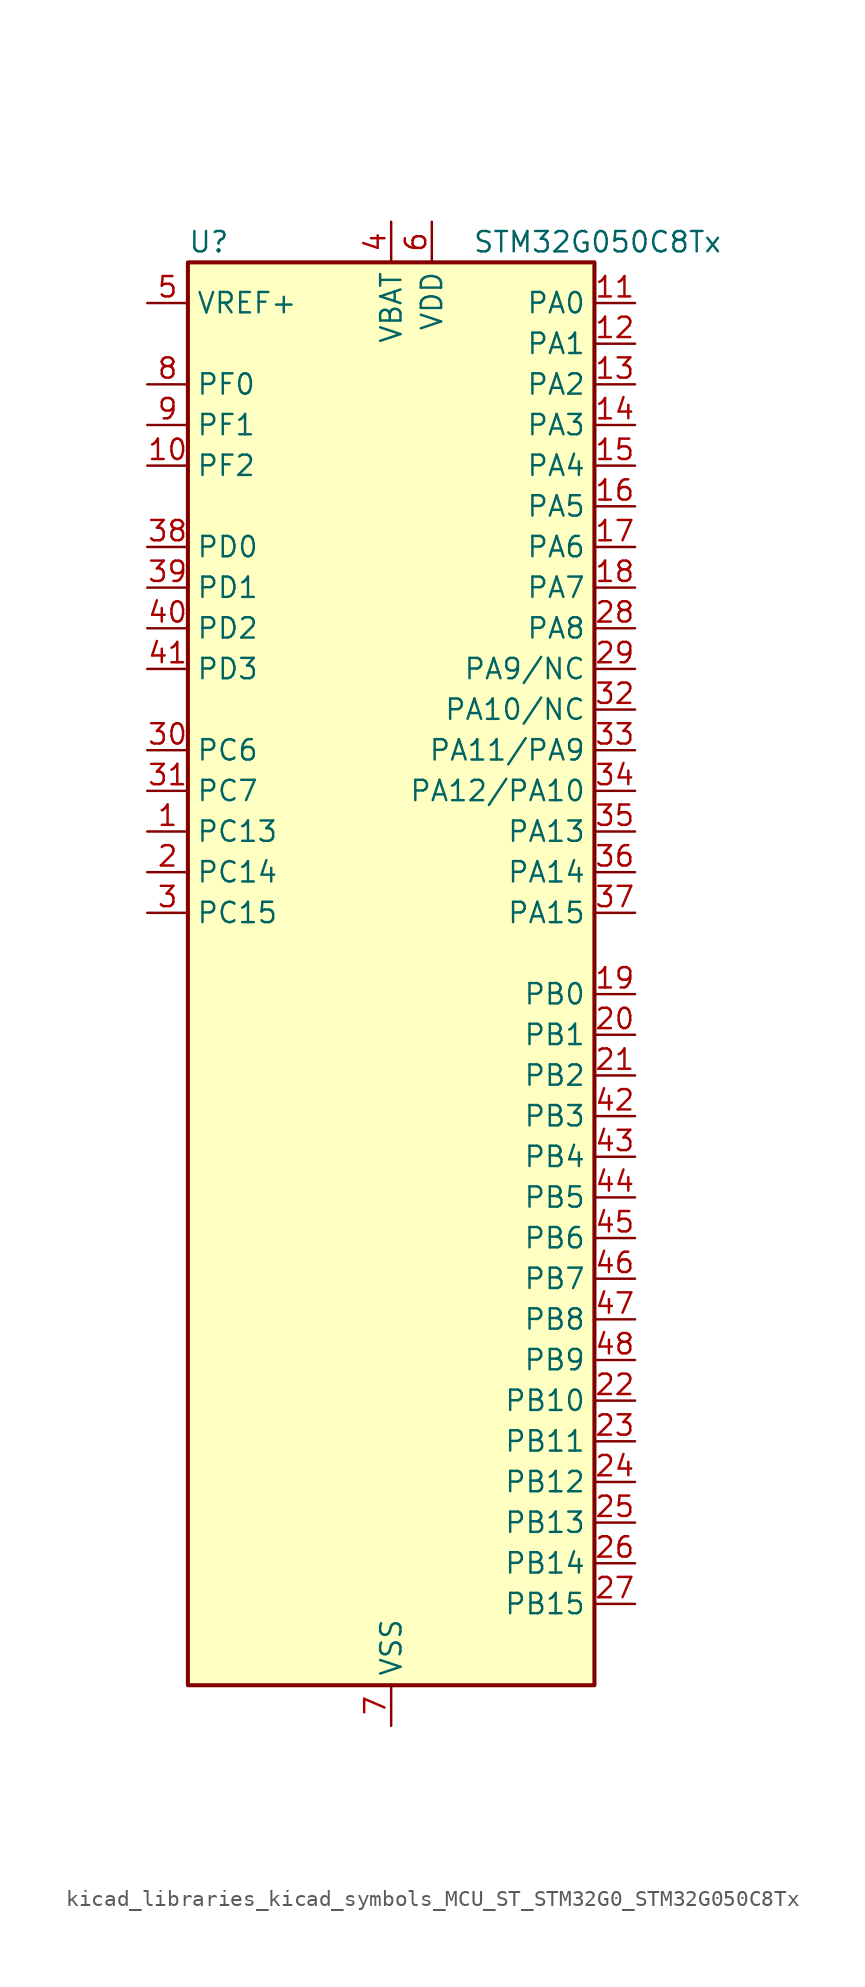
<source format=kicad_sym>
(kicad_symbol_lib
  (version 20220914)
  (generator kicad_symbol_editor)
  (symbol "kicad_libraries_kicad_symbols_MCU_ST_STM32G0_STM32G050C8Tx"
    (property "Reference" "U"
      (at -12.7 46.99 0)
      (effects (font (size 1.27 1.27)) (justify left)))
    (property "Value" "STM32G050C8Tx"
      (at 5.08 46.99 0)
      (effects (font (size 1.27 1.27)) (justify left)))
    (property "ki_locked" ""
      (at 0 0 0)
      (effects (font (size 1.27 1.27))))
    (symbol "kicad_libraries_kicad_symbols_MCU_ST_STM32G0_STM32G050C8Tx_0_1"
      (rectangle (start -12.7 -43.18) (end 12.7 45.72) (stroke (width 0.254) (type default)) (fill (type background))))
    (symbol "kicad_libraries_kicad_symbols_MCU_ST_STM32G0_STM32G050C8Tx_1_1"
      (pin bidirectional line (at -15.24 10.16 0) (length 2.54) (name "PC13" (effects (font (size 1.27 1.27)))) (number "1" (effects (font (size 1.27 1.27)))) (alternate "RTC_OUT1" bidirectional line) (alternate "RTC_TAMP_IN1" bidirectional line) (alternate "RTC_TS" bidirectional line) (alternate "SYS_WKUP2" bidirectional line) (alternate "TIM1_BK" bidirectional line))
      (pin bidirectional line (at -15.24 33.02 0) (length 2.54) (name "PF2" (effects (font (size 1.27 1.27)))) (number "10" (effects (font (size 1.27 1.27)))) (alternate "RCC_MCO" bidirectional line))
      (pin bidirectional line (at 15.24 43.18 180) (length 2.54) (name "PA0" (effects (font (size 1.27 1.27)))) (number "11" (effects (font (size 1.27 1.27)))) (alternate "ADC1_IN0" bidirectional line) (alternate "RTC_TAMP_IN2" bidirectional line) (alternate "SPI2_SCK" bidirectional line) (alternate "SYS_WKUP1" bidirectional line) (alternate "USART2_CTS" bidirectional line) (alternate "USART2_NSS" bidirectional line))
      (pin bidirectional line (at 15.24 40.64 180) (length 2.54) (name "PA1" (effects (font (size 1.27 1.27)))) (number "12" (effects (font (size 1.27 1.27)))) (alternate "ADC1_IN1" bidirectional line) (alternate "I2C1_SMBA" bidirectional line) (alternate "I2S1_CK" bidirectional line) (alternate "SPI1_SCK" bidirectional line) (alternate "TIM15_CH1N" bidirectional line) (alternate "USART2_CK" bidirectional line) (alternate "USART2_DE" bidirectional line) (alternate "USART2_RTS" bidirectional line))
      (pin bidirectional line (at 15.24 38.1 180) (length 2.54) (name "PA2" (effects (font (size 1.27 1.27)))) (number "13" (effects (font (size 1.27 1.27)))) (alternate "ADC1_IN2" bidirectional line) (alternate "I2S1_SD" bidirectional line) (alternate "RCC_LSCO" bidirectional line) (alternate "SPI1_MOSI" bidirectional line) (alternate "SYS_WKUP4" bidirectional line) (alternate "TIM15_CH1" bidirectional line) (alternate "USART2_TX" bidirectional line))
      (pin bidirectional line (at 15.24 35.56 180) (length 2.54) (name "PA3" (effects (font (size 1.27 1.27)))) (number "14" (effects (font (size 1.27 1.27)))) (alternate "ADC1_IN3" bidirectional line) (alternate "SPI2_MISO" bidirectional line) (alternate "TIM15_CH2" bidirectional line) (alternate "USART2_RX" bidirectional line))
      (pin bidirectional line (at 15.24 33.02 180) (length 2.54) (name "PA4" (effects (font (size 1.27 1.27)))) (number "15" (effects (font (size 1.27 1.27)))) (alternate "ADC1_IN4" bidirectional line) (alternate "I2S1_WS" bidirectional line) (alternate "RTC_OUT2" bidirectional line) (alternate "SPI1_NSS" bidirectional line) (alternate "SPI2_MOSI" bidirectional line) (alternate "TIM14_CH1" bidirectional line))
      (pin bidirectional line (at 15.24 30.48 180) (length 2.54) (name "PA5" (effects (font (size 1.27 1.27)))) (number "16" (effects (font (size 1.27 1.27)))) (alternate "ADC1_IN5" bidirectional line) (alternate "I2S1_CK" bidirectional line) (alternate "SPI1_SCK" bidirectional line))
      (pin bidirectional line (at 15.24 27.94 180) (length 2.54) (name "PA6" (effects (font (size 1.27 1.27)))) (number "17" (effects (font (size 1.27 1.27)))) (alternate "ADC1_IN6" bidirectional line) (alternate "I2S1_MCK" bidirectional line) (alternate "SPI1_MISO" bidirectional line) (alternate "TIM16_CH1" bidirectional line) (alternate "TIM1_BK" bidirectional line) (alternate "TIM3_CH1" bidirectional line))
      (pin bidirectional line (at 15.24 25.4 180) (length 2.54) (name "PA7" (effects (font (size 1.27 1.27)))) (number "18" (effects (font (size 1.27 1.27)))) (alternate "ADC1_IN7" bidirectional line) (alternate "I2S1_SD" bidirectional line) (alternate "SPI1_MOSI" bidirectional line) (alternate "TIM14_CH1" bidirectional line) (alternate "TIM17_CH1" bidirectional line) (alternate "TIM1_CH1N" bidirectional line) (alternate "TIM3_CH2" bidirectional line))
      (pin bidirectional line (at 15.24 0 180) (length 2.54) (name "PB0" (effects (font (size 1.27 1.27)))) (number "19" (effects (font (size 1.27 1.27)))) (alternate "ADC1_IN8" bidirectional line) (alternate "I2S1_WS" bidirectional line) (alternate "SPI1_NSS" bidirectional line) (alternate "TIM1_CH2N" bidirectional line) (alternate "TIM3_CH3" bidirectional line))
      (pin bidirectional line (at -15.24 7.62 0) (length 2.54) (name "PC14" (effects (font (size 1.27 1.27)))) (number "2" (effects (font (size 1.27 1.27)))) (alternate "RCC_OSC32_IN" bidirectional line) (alternate "TIM1_BK2" bidirectional line))
      (pin bidirectional line (at 15.24 -2.54 180) (length 2.54) (name "PB1" (effects (font (size 1.27 1.27)))) (number "20" (effects (font (size 1.27 1.27)))) (alternate "ADC1_IN9" bidirectional line) (alternate "TIM14_CH1" bidirectional line) (alternate "TIM1_CH3N" bidirectional line) (alternate "TIM3_CH4" bidirectional line))
      (pin bidirectional line (at 15.24 -5.08 180) (length 2.54) (name "PB2" (effects (font (size 1.27 1.27)))) (number "21" (effects (font (size 1.27 1.27)))) (alternate "ADC1_IN10" bidirectional line) (alternate "SPI2_MISO" bidirectional line))
      (pin bidirectional line (at 15.24 -25.4 180) (length 2.54) (name "PB10" (effects (font (size 1.27 1.27)))) (number "22" (effects (font (size 1.27 1.27)))) (alternate "ADC1_IN11" bidirectional line) (alternate "I2C2_SCL" bidirectional line) (alternate "SPI2_SCK" bidirectional line))
      (pin bidirectional line (at 15.24 -27.94 180) (length 2.54) (name "PB11" (effects (font (size 1.27 1.27)))) (number "23" (effects (font (size 1.27 1.27)))) (alternate "ADC1_EXTI11" bidirectional line) (alternate "ADC1_IN15" bidirectional line) (alternate "I2C2_SDA" bidirectional line) (alternate "SPI2_MOSI" bidirectional line))
      (pin bidirectional line (at 15.24 -30.48 180) (length 2.54) (name "PB12" (effects (font (size 1.27 1.27)))) (number "24" (effects (font (size 1.27 1.27)))) (alternate "ADC1_IN16" bidirectional line) (alternate "SPI2_NSS" bidirectional line) (alternate "TIM15_BK" bidirectional line) (alternate "TIM1_BK" bidirectional line))
      (pin bidirectional line (at 15.24 -33.02 180) (length 2.54) (name "PB13" (effects (font (size 1.27 1.27)))) (number "25" (effects (font (size 1.27 1.27)))) (alternate "I2C2_SCL" bidirectional line) (alternate "SPI2_SCK" bidirectional line) (alternate "TIM15_CH1N" bidirectional line) (alternate "TIM1_CH1N" bidirectional line))
      (pin bidirectional line (at 15.24 -35.56 180) (length 2.54) (name "PB14" (effects (font (size 1.27 1.27)))) (number "26" (effects (font (size 1.27 1.27)))) (alternate "I2C2_SDA" bidirectional line) (alternate "SPI2_MISO" bidirectional line) (alternate "TIM15_CH1" bidirectional line) (alternate "TIM1_CH2N" bidirectional line))
      (pin bidirectional line (at 15.24 -38.1 180) (length 2.54) (name "PB15" (effects (font (size 1.27 1.27)))) (number "27" (effects (font (size 1.27 1.27)))) (alternate "RTC_REFIN" bidirectional line) (alternate "SPI2_MOSI" bidirectional line) (alternate "TIM15_CH1N" bidirectional line) (alternate "TIM15_CH2" bidirectional line) (alternate "TIM1_CH3N" bidirectional line))
      (pin bidirectional line (at 15.24 22.86 180) (length 2.54) (name "PA8" (effects (font (size 1.27 1.27)))) (number "28" (effects (font (size 1.27 1.27)))) (alternate "RCC_MCO" bidirectional line) (alternate "SPI2_NSS" bidirectional line) (alternate "TIM1_CH1" bidirectional line))
      (pin bidirectional line (at 15.24 20.32 180) (length 2.54) (name "PA9/NC" (effects (font (size 1.27 1.27)))) (number "29" (effects (font (size 1.27 1.27)))) (alternate "I2C1_SCL" bidirectional line) (alternate "RCC_MCO" bidirectional line) (alternate "SPI2_MISO" bidirectional line) (alternate "TIM15_BK" bidirectional line) (alternate "TIM1_CH2" bidirectional line) (alternate "USART1_TX" bidirectional line))
      (pin bidirectional line (at -15.24 5.08 0) (length 2.54) (name "PC15" (effects (font (size 1.27 1.27)))) (number "3" (effects (font (size 1.27 1.27)))) (alternate "RCC_OSC32_EN" bidirectional line) (alternate "RCC_OSC32_OUT" bidirectional line) (alternate "RCC_OSC_EN" bidirectional line) (alternate "TIM15_BK" bidirectional line))
      (pin bidirectional line (at -15.24 15.24 0) (length 2.54) (name "PC6" (effects (font (size 1.27 1.27)))) (number "30" (effects (font (size 1.27 1.27)))) (alternate "TIM3_CH1" bidirectional line))
      (pin bidirectional line (at -15.24 12.7 0) (length 2.54) (name "PC7" (effects (font (size 1.27 1.27)))) (number "31" (effects (font (size 1.27 1.27)))) (alternate "TIM3_CH2" bidirectional line))
      (pin bidirectional line (at 15.24 17.78 180) (length 2.54) (name "PA10/NC" (effects (font (size 1.27 1.27)))) (number "32" (effects (font (size 1.27 1.27)))) (alternate "I2C1_SDA" bidirectional line) (alternate "SPI2_MOSI" bidirectional line) (alternate "TIM17_BK" bidirectional line) (alternate "TIM1_CH3" bidirectional line) (alternate "USART1_RX" bidirectional line))
      (pin bidirectional line (at 15.24 15.24 180) (length 2.54) (name "PA11/PA9" (effects (font (size 1.27 1.27)))) (number "33" (effects (font (size 1.27 1.27)))) (alternate "ADC1_EXTI11" bidirectional line) (alternate "I2C2_SCL" bidirectional line) (alternate "I2S1_MCK" bidirectional line) (alternate "SPI1_MISO" bidirectional line) (alternate "TIM1_BK2" bidirectional line) (alternate "TIM1_CH4" bidirectional line) (alternate "USART1_CTS" bidirectional line) (alternate "USART1_NSS" bidirectional line))
      (pin bidirectional line (at 15.24 12.7 180) (length 2.54) (name "PA12/PA10" (effects (font (size 1.27 1.27)))) (number "34" (effects (font (size 1.27 1.27)))) (alternate "I2C2_SDA" bidirectional line) (alternate "I2S1_SD" bidirectional line) (alternate "I2S_CKIN" bidirectional line) (alternate "SPI1_MOSI" bidirectional line) (alternate "TIM1_ETR" bidirectional line) (alternate "USART1_CK" bidirectional line) (alternate "USART1_DE" bidirectional line) (alternate "USART1_RTS" bidirectional line))
      (pin bidirectional line (at 15.24 10.16 180) (length 2.54) (name "PA13" (effects (font (size 1.27 1.27)))) (number "35" (effects (font (size 1.27 1.27)))) (alternate "ADC1_IN17" bidirectional line) (alternate "IR_OUT" bidirectional line) (alternate "SYS_SWDIO" bidirectional line))
      (pin bidirectional line (at 15.24 7.62 180) (length 2.54) (name "PA14" (effects (font (size 1.27 1.27)))) (number "36" (effects (font (size 1.27 1.27)))) (alternate "ADC1_IN18" bidirectional line) (alternate "SYS_SWCLK" bidirectional line) (alternate "USART2_TX" bidirectional line))
      (pin bidirectional line (at 15.24 5.08 180) (length 2.54) (name "PA15" (effects (font (size 1.27 1.27)))) (number "37" (effects (font (size 1.27 1.27)))) (alternate "I2S1_WS" bidirectional line) (alternate "SPI1_NSS" bidirectional line) (alternate "USART2_RX" bidirectional line))
      (pin bidirectional line (at -15.24 27.94 0) (length 2.54) (name "PD0" (effects (font (size 1.27 1.27)))) (number "38" (effects (font (size 1.27 1.27)))) (alternate "SPI2_NSS" bidirectional line) (alternate "TIM16_CH1" bidirectional line))
      (pin bidirectional line (at -15.24 25.4 0) (length 2.54) (name "PD1" (effects (font (size 1.27 1.27)))) (number "39" (effects (font (size 1.27 1.27)))) (alternate "SPI2_SCK" bidirectional line) (alternate "TIM17_CH1" bidirectional line))
      (pin power_in line (at 0 48.26 270) (length 2.54) (name "VBAT" (effects (font (size 1.27 1.27)))) (number "4" (effects (font (size 1.27 1.27)))))
      (pin bidirectional line (at -15.24 22.86 0) (length 2.54) (name "PD2" (effects (font (size 1.27 1.27)))) (number "40" (effects (font (size 1.27 1.27)))) (alternate "TIM1_CH1N" bidirectional line) (alternate "TIM3_ETR" bidirectional line))
      (pin bidirectional line (at -15.24 20.32 0) (length 2.54) (name "PD3" (effects (font (size 1.27 1.27)))) (number "41" (effects (font (size 1.27 1.27)))) (alternate "SPI2_MISO" bidirectional line) (alternate "TIM1_CH2N" bidirectional line) (alternate "USART2_CTS" bidirectional line) (alternate "USART2_NSS" bidirectional line))
      (pin bidirectional line (at 15.24 -7.62 180) (length 2.54) (name "PB3" (effects (font (size 1.27 1.27)))) (number "42" (effects (font (size 1.27 1.27)))) (alternate "I2S1_CK" bidirectional line) (alternate "SPI1_SCK" bidirectional line) (alternate "TIM1_CH2" bidirectional line) (alternate "USART1_CK" bidirectional line) (alternate "USART1_DE" bidirectional line) (alternate "USART1_RTS" bidirectional line))
      (pin bidirectional line (at 15.24 -10.16 180) (length 2.54) (name "PB4" (effects (font (size 1.27 1.27)))) (number "43" (effects (font (size 1.27 1.27)))) (alternate "I2S1_MCK" bidirectional line) (alternate "SPI1_MISO" bidirectional line) (alternate "TIM17_BK" bidirectional line) (alternate "TIM3_CH1" bidirectional line) (alternate "USART1_CTS" bidirectional line) (alternate "USART1_NSS" bidirectional line))
      (pin bidirectional line (at 15.24 -12.7 180) (length 2.54) (name "PB5" (effects (font (size 1.27 1.27)))) (number "44" (effects (font (size 1.27 1.27)))) (alternate "I2C1_SMBA" bidirectional line) (alternate "I2S1_SD" bidirectional line) (alternate "SPI1_MOSI" bidirectional line) (alternate "SYS_WKUP6" bidirectional line) (alternate "TIM16_BK" bidirectional line) (alternate "TIM3_CH2" bidirectional line))
      (pin bidirectional line (at 15.24 -15.24 180) (length 2.54) (name "PB6" (effects (font (size 1.27 1.27)))) (number "45" (effects (font (size 1.27 1.27)))) (alternate "I2C1_SCL" bidirectional line) (alternate "SPI2_MISO" bidirectional line) (alternate "TIM16_CH1N" bidirectional line) (alternate "TIM1_CH3" bidirectional line) (alternate "USART1_TX" bidirectional line))
      (pin bidirectional line (at 15.24 -17.78 180) (length 2.54) (name "PB7" (effects (font (size 1.27 1.27)))) (number "46" (effects (font (size 1.27 1.27)))) (alternate "I2C1_SDA" bidirectional line) (alternate "SPI2_MOSI" bidirectional line) (alternate "SYS_PVD_IN" bidirectional line) (alternate "TIM17_CH1N" bidirectional line) (alternate "USART1_RX" bidirectional line))
      (pin bidirectional line (at 15.24 -20.32 180) (length 2.54) (name "PB8" (effects (font (size 1.27 1.27)))) (number "47" (effects (font (size 1.27 1.27)))) (alternate "I2C1_SCL" bidirectional line) (alternate "SPI2_SCK" bidirectional line) (alternate "TIM15_BK" bidirectional line) (alternate "TIM16_CH1" bidirectional line))
      (pin bidirectional line (at 15.24 -22.86 180) (length 2.54) (name "PB9" (effects (font (size 1.27 1.27)))) (number "48" (effects (font (size 1.27 1.27)))) (alternate "I2C1_SDA" bidirectional line) (alternate "IR_OUT" bidirectional line) (alternate "SPI2_NSS" bidirectional line) (alternate "TIM17_CH1" bidirectional line))
      (pin input line (at -15.24 43.18 0) (length 2.54) (name "VREF+" (effects (font (size 1.27 1.27)))) (number "5" (effects (font (size 1.27 1.27)))) (alternate "VREFBUF_OUT" bidirectional line))
      (pin power_in line (at 2.54 48.26 270) (length 2.54) (name "VDD" (effects (font (size 1.27 1.27)))) (number "6" (effects (font (size 1.27 1.27)))))
      (pin power_in line (at 0 -45.72 90) (length 2.54) (name "VSS" (effects (font (size 1.27 1.27)))) (number "7" (effects (font (size 1.27 1.27)))))
      (pin bidirectional line (at -15.24 38.1 0) (length 2.54) (name "PF0" (effects (font (size 1.27 1.27)))) (number "8" (effects (font (size 1.27 1.27)))) (alternate "RCC_OSC_IN" bidirectional line) (alternate "TIM14_CH1" bidirectional line))
      (pin bidirectional line (at -15.24 35.56 0) (length 2.54) (name "PF1" (effects (font (size 1.27 1.27)))) (number "9" (effects (font (size 1.27 1.27)))) (alternate "RCC_OSC_EN" bidirectional line) (alternate "RCC_OSC_OUT" bidirectional line) (alternate "TIM15_CH1N" bidirectional line)))))
</source>
